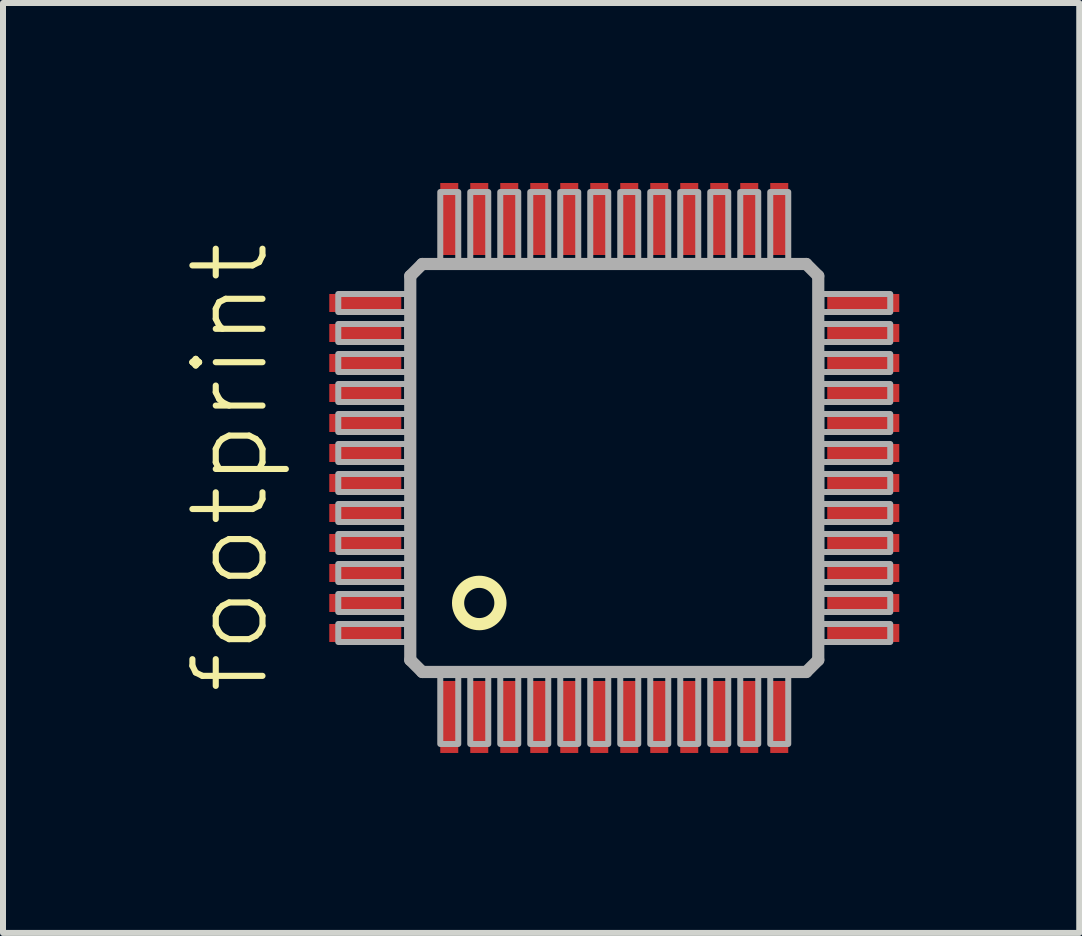
<source format=kicad_pcb>
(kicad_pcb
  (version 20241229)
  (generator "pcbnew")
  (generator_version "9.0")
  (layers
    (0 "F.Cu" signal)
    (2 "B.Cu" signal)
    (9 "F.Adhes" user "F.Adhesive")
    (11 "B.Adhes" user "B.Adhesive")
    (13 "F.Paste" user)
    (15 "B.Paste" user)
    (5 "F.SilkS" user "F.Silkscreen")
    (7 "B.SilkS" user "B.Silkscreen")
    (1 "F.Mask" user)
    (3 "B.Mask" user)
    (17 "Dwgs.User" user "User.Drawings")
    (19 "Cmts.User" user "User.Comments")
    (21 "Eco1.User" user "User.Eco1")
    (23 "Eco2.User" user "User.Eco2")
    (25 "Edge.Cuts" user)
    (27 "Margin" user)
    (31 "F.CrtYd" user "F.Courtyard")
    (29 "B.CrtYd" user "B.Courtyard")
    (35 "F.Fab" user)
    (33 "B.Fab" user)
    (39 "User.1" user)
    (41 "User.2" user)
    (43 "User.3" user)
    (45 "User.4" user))
  (footprint "footprint"
    (layer "F.Cu")
    (at 7.188 4.75)
    (property "Reference" "footprint" (at -5.715 3.81 90) (layer "F.SilkS") (effects (font (size 1.168 1.168) (thickness 0.102)) (justify left bottom)))
    (fp_circle (center -2.25 2.25) (end -1.897 2.25) (stroke (width 0.203) (type solid)) (fill no) (layer "F.SilkS"))
    (fp_line (start -3.4 -3.2) (end -3.4 3.2) (stroke (width 0.203) (type solid)) (layer "F.Fab"))
    (fp_line (start -3.4 3.2) (end -3.2 3.4) (stroke (width 0.203) (type solid)) (layer "F.Fab"))
    (fp_line (start -3.2 -3.4) (end -3.4 -3.2) (stroke (width 0.203) (type solid)) (layer "F.Fab"))
    (fp_line (start -3.2 3.4) (end 3.2 3.4) (stroke (width 0.203) (type solid)) (layer "F.Fab"))
    (fp_line (start 3.2 -3.4) (end -3.2 -3.4) (stroke (width 0.203) (type solid)) (layer "F.Fab"))
    (fp_line (start 3.2 3.4) (end 3.4 3.2) (stroke (width 0.203) (type solid)) (layer "F.Fab"))
    (fp_line (start 3.4 -3.2) (end 3.2 -3.4) (stroke (width 0.203) (type solid)) (layer "F.Fab"))
    (fp_line (start 3.4 3.2) (end 3.4 -3.2) (stroke (width 0.203) (type solid)) (layer "F.Fab"))
    (fp_poly (pts (xy -4.6 -2.6) (xy -3.45 -2.6) (xy -3.45 -2.9) (xy -4.6 -2.9)) (stroke (width 0.1) (type solid)) (fill no) (layer "F.Fab"))
    (fp_poly (pts (xy -4.6 -2.1) (xy -3.45 -2.1) (xy -3.45 -2.4) (xy -4.6 -2.4)) (stroke (width 0.1) (type solid)) (fill no) (layer "F.Fab"))
    (fp_poly (pts (xy -4.6 -1.6) (xy -3.45 -1.6) (xy -3.45 -1.9) (xy -4.6 -1.9)) (stroke (width 0.1) (type solid)) (fill no) (layer "F.Fab"))
    (fp_poly (pts (xy -4.6 -1.1) (xy -3.45 -1.1) (xy -3.45 -1.4) (xy -4.6 -1.4)) (stroke (width 0.1) (type solid)) (fill no) (layer "F.Fab"))
    (fp_poly (pts (xy -4.6 -0.6) (xy -3.45 -0.6) (xy -3.45 -0.9) (xy -4.6 -0.9)) (stroke (width 0.1) (type solid)) (fill no) (layer "F.Fab"))
    (fp_poly (pts (xy -4.6 -0.1) (xy -3.45 -0.1) (xy -3.45 -0.4) (xy -4.6 -0.4)) (stroke (width 0.1) (type solid)) (fill no) (layer "F.Fab"))
    (fp_poly (pts (xy -4.6 0.4) (xy -3.45 0.4) (xy -3.45 0.1) (xy -4.6 0.1)) (stroke (width 0.1) (type solid)) (fill no) (layer "F.Fab"))
    (fp_poly (pts (xy -4.6 0.9) (xy -3.45 0.9) (xy -3.45 0.6) (xy -4.6 0.6)) (stroke (width 0.1) (type solid)) (fill no) (layer "F.Fab"))
    (fp_poly (pts (xy -4.6 1.4) (xy -3.45 1.4) (xy -3.45 1.1) (xy -4.6 1.1)) (stroke (width 0.1) (type solid)) (fill no) (layer "F.Fab"))
    (fp_poly (pts (xy -4.6 1.9) (xy -3.45 1.9) (xy -3.45 1.6) (xy -4.6 1.6)) (stroke (width 0.1) (type solid)) (fill no) (layer "F.Fab"))
    (fp_poly (pts (xy -4.6 2.4) (xy -3.45 2.4) (xy -3.45 2.1) (xy -4.6 2.1)) (stroke (width 0.1) (type solid)) (fill no) (layer "F.Fab"))
    (fp_poly (pts (xy -4.6 2.9) (xy -3.45 2.9) (xy -3.45 2.6) (xy -4.6 2.6)) (stroke (width 0.1) (type solid)) (fill no) (layer "F.Fab"))
    (fp_poly (pts (xy -2.9 -3.45) (xy -2.6 -3.45) (xy -2.6 -4.6) (xy -2.9 -4.6)) (stroke (width 0.1) (type solid)) (fill no) (layer "F.Fab"))
    (fp_poly (pts (xy -2.9 4.6) (xy -2.6 4.6) (xy -2.6 3.45) (xy -2.9 3.45)) (stroke (width 0.1) (type solid)) (fill no) (layer "F.Fab"))
    (fp_poly (pts (xy -2.4 -3.45) (xy -2.1 -3.45) (xy -2.1 -4.6) (xy -2.4 -4.6)) (stroke (width 0.1) (type solid)) (fill no) (layer "F.Fab"))
    (fp_poly (pts (xy -2.4 4.6) (xy -2.1 4.6) (xy -2.1 3.45) (xy -2.4 3.45)) (stroke (width 0.1) (type solid)) (fill no) (layer "F.Fab"))
    (fp_poly (pts (xy -1.9 -3.45) (xy -1.6 -3.45) (xy -1.6 -4.6) (xy -1.9 -4.6)) (stroke (width 0.1) (type solid)) (fill no) (layer "F.Fab"))
    (fp_poly (pts (xy -1.9 4.6) (xy -1.6 4.6) (xy -1.6 3.45) (xy -1.9 3.45)) (stroke (width 0.1) (type solid)) (fill no) (layer "F.Fab"))
    (fp_poly (pts (xy -1.4 -3.45) (xy -1.1 -3.45) (xy -1.1 -4.6) (xy -1.4 -4.6)) (stroke (width 0.1) (type solid)) (fill no) (layer "F.Fab"))
    (fp_poly (pts (xy -1.4 4.6) (xy -1.1 4.6) (xy -1.1 3.45) (xy -1.4 3.45)) (stroke (width 0.1) (type solid)) (fill no) (layer "F.Fab"))
    (fp_poly (pts (xy -0.9 -3.45) (xy -0.6 -3.45) (xy -0.6 -4.6) (xy -0.9 -4.6)) (stroke (width 0.1) (type solid)) (fill no) (layer "F.Fab"))
    (fp_poly (pts (xy -0.9 4.6) (xy -0.6 4.6) (xy -0.6 3.45) (xy -0.9 3.45)) (stroke (width 0.1) (type solid)) (fill no) (layer "F.Fab"))
    (fp_poly (pts (xy -0.4 -3.45) (xy -0.1 -3.45) (xy -0.1 -4.6) (xy -0.4 -4.6)) (stroke (width 0.1) (type solid)) (fill no) (layer "F.Fab"))
    (fp_poly (pts (xy -0.4 4.6) (xy -0.1 4.6) (xy -0.1 3.45) (xy -0.4 3.45)) (stroke (width 0.1) (type solid)) (fill no) (layer "F.Fab"))
    (fp_poly (pts (xy 0.1 -3.45) (xy 0.4 -3.45) (xy 0.4 -4.6) (xy 0.1 -4.6)) (stroke (width 0.1) (type solid)) (fill no) (layer "F.Fab"))
    (fp_poly (pts (xy 0.1 4.6) (xy 0.4 4.6) (xy 0.4 3.45) (xy 0.1 3.45)) (stroke (width 0.1) (type solid)) (fill no) (layer "F.Fab"))
    (fp_poly (pts (xy 0.6 -3.45) (xy 0.9 -3.45) (xy 0.9 -4.6) (xy 0.6 -4.6)) (stroke (width 0.1) (type solid)) (fill no) (layer "F.Fab"))
    (fp_poly (pts (xy 0.6 4.6) (xy 0.9 4.6) (xy 0.9 3.45) (xy 0.6 3.45)) (stroke (width 0.1) (type solid)) (fill no) (layer "F.Fab"))
    (fp_poly (pts (xy 1.1 -3.45) (xy 1.4 -3.45) (xy 1.4 -4.6) (xy 1.1 -4.6)) (stroke (width 0.1) (type solid)) (fill no) (layer "F.Fab"))
    (fp_poly (pts (xy 1.1 4.6) (xy 1.4 4.6) (xy 1.4 3.45) (xy 1.1 3.45)) (stroke (width 0.1) (type solid)) (fill no) (layer "F.Fab"))
    (fp_poly (pts (xy 1.6 -3.45) (xy 1.9 -3.45) (xy 1.9 -4.6) (xy 1.6 -4.6)) (stroke (width 0.1) (type solid)) (fill no) (layer "F.Fab"))
    (fp_poly (pts (xy 1.6 4.6) (xy 1.9 4.6) (xy 1.9 3.45) (xy 1.6 3.45)) (stroke (width 0.1) (type solid)) (fill no) (layer "F.Fab"))
    (fp_poly (pts (xy 2.1 -3.45) (xy 2.4 -3.45) (xy 2.4 -4.6) (xy 2.1 -4.6)) (stroke (width 0.1) (type solid)) (fill no) (layer "F.Fab"))
    (fp_poly (pts (xy 2.1 4.6) (xy 2.4 4.6) (xy 2.4 3.45) (xy 2.1 3.45)) (stroke (width 0.1) (type solid)) (fill no) (layer "F.Fab"))
    (fp_poly (pts (xy 2.6 -3.45) (xy 2.9 -3.45) (xy 2.9 -4.6) (xy 2.6 -4.6)) (stroke (width 0.1) (type solid)) (fill no) (layer "F.Fab"))
    (fp_poly (pts (xy 2.6 4.6) (xy 2.9 4.6) (xy 2.9 3.45) (xy 2.6 3.45)) (stroke (width 0.1) (type solid)) (fill no) (layer "F.Fab"))
    (fp_poly (pts (xy 3.45 -2.6) (xy 4.6 -2.6) (xy 4.6 -2.9) (xy 3.45 -2.9)) (stroke (width 0.1) (type solid)) (fill no) (layer "F.Fab"))
    (fp_poly (pts (xy 3.45 -2.1) (xy 4.6 -2.1) (xy 4.6 -2.4) (xy 3.45 -2.4)) (stroke (width 0.1) (type solid)) (fill no) (layer "F.Fab"))
    (fp_poly (pts (xy 3.45 -1.6) (xy 4.6 -1.6) (xy 4.6 -1.9) (xy 3.45 -1.9)) (stroke (width 0.1) (type solid)) (fill no) (layer "F.Fab"))
    (fp_poly (pts (xy 3.45 -1.1) (xy 4.6 -1.1) (xy 4.6 -1.4) (xy 3.45 -1.4)) (stroke (width 0.1) (type solid)) (fill no) (layer "F.Fab"))
    (fp_poly (pts (xy 3.45 -0.6) (xy 4.6 -0.6) (xy 4.6 -0.9) (xy 3.45 -0.9)) (stroke (width 0.1) (type solid)) (fill no) (layer "F.Fab"))
    (fp_poly (pts (xy 3.45 -0.1) (xy 4.6 -0.1) (xy 4.6 -0.4) (xy 3.45 -0.4)) (stroke (width 0.1) (type solid)) (fill no) (layer "F.Fab"))
    (fp_poly (pts (xy 3.45 0.4) (xy 4.6 0.4) (xy 4.6 0.1) (xy 3.45 0.1)) (stroke (width 0.1) (type solid)) (fill no) (layer "F.Fab"))
    (fp_poly (pts (xy 3.45 0.9) (xy 4.6 0.9) (xy 4.6 0.6) (xy 3.45 0.6)) (stroke (width 0.1) (type solid)) (fill no) (layer "F.Fab"))
    (fp_poly (pts (xy 3.45 1.4) (xy 4.6 1.4) (xy 4.6 1.1) (xy 3.45 1.1)) (stroke (width 0.1) (type solid)) (fill no) (layer "F.Fab"))
    (fp_poly (pts (xy 3.45 1.9) (xy 4.6 1.9) (xy 4.6 1.6) (xy 3.45 1.6)) (stroke (width 0.1) (type solid)) (fill no) (layer "F.Fab"))
    (fp_poly (pts (xy 3.45 2.4) (xy 4.6 2.4) (xy 4.6 2.1) (xy 3.45 2.1)) (stroke (width 0.1) (type solid)) (fill no) (layer "F.Fab"))
    (fp_poly (pts (xy 3.45 2.9) (xy 4.6 2.9) (xy 4.6 2.6) (xy 3.45 2.6)) (stroke (width 0.1) (type solid)) (fill no) (layer "F.Fab"))
    (pad "1" smd rect (at -2.75 4.15) (size 0.3 1.2) (layers "F.Cu" "F.Mask" "F.Paste"))
    (pad "2" smd rect (at -2.25 4.15) (size 0.3 1.2) (layers "F.Cu" "F.Mask" "F.Paste"))
    (pad "3" smd rect (at -1.75 4.15) (size 0.3 1.2) (layers "F.Cu" "F.Mask" "F.Paste"))
    (pad "4" smd rect (at -1.25 4.15) (size 0.3 1.2) (layers "F.Cu" "F.Mask" "F.Paste"))
    (pad "5" smd rect (at -0.75 4.15) (size 0.3 1.2) (layers "F.Cu" "F.Mask" "F.Paste"))
    (pad "6" smd rect (at -0.25 4.15) (size 0.3 1.2) (layers "F.Cu" "F.Mask" "F.Paste"))
    (pad "7" smd rect (at 0.25 4.15) (size 0.3 1.2) (layers "F.Cu" "F.Mask" "F.Paste"))
    (pad "8" smd rect (at 0.75 4.15) (size 0.3 1.2) (layers "F.Cu" "F.Mask" "F.Paste"))
    (pad "9" smd rect (at 1.25 4.15) (size 0.3 1.2) (layers "F.Cu" "F.Mask" "F.Paste"))
    (pad "10" smd rect (at 1.75 4.15) (size 0.3 1.2) (layers "F.Cu" "F.Mask" "F.Paste"))
    (pad "11" smd rect (at 2.25 4.15) (size 0.3 1.2) (layers "F.Cu" "F.Mask" "F.Paste"))
    (pad "12" smd rect (at 2.75 4.15) (size 0.3 1.2) (layers "F.Cu" "F.Mask" "F.Paste"))
    (pad "13" smd rect (at 4.15 2.75) (size 1.2 0.3) (layers "F.Cu" "F.Mask" "F.Paste"))
    (pad "14" smd rect (at 4.15 2.25) (size 1.2 0.3) (layers "F.Cu" "F.Mask" "F.Paste"))
    (pad "15" smd rect (at 4.15 1.75) (size 1.2 0.3) (layers "F.Cu" "F.Mask" "F.Paste"))
    (pad "16" smd rect (at 4.15 1.25) (size 1.2 0.3) (layers "F.Cu" "F.Mask" "F.Paste"))
    (pad "17" smd rect (at 4.15 0.75) (size 1.2 0.3) (layers "F.Cu" "F.Mask" "F.Paste"))
    (pad "18" smd rect (at 4.15 0.25) (size 1.2 0.3) (layers "F.Cu" "F.Mask" "F.Paste"))
    (pad "19" smd rect (at 4.15 -0.25) (size 1.2 0.3) (layers "F.Cu" "F.Mask" "F.Paste"))
    (pad "20" smd rect (at 4.15 -0.75) (size 1.2 0.3) (layers "F.Cu" "F.Mask" "F.Paste"))
    (pad "21" smd rect (at 4.15 -1.25) (size 1.2 0.3) (layers "F.Cu" "F.Mask" "F.Paste"))
    (pad "22" smd rect (at 4.15 -1.75) (size 1.2 0.3) (layers "F.Cu" "F.Mask" "F.Paste"))
    (pad "23" smd rect (at 4.15 -2.25) (size 1.2 0.3) (layers "F.Cu" "F.Mask" "F.Paste"))
    (pad "24" smd rect (at 4.15 -2.75) (size 1.2 0.3) (layers "F.Cu" "F.Mask" "F.Paste"))
    (pad "25" smd rect (at 2.75 -4.15) (size 0.3 1.2) (layers "F.Cu" "F.Mask" "F.Paste"))
    (pad "26" smd rect (at 2.25 -4.15) (size 0.3 1.2) (layers "F.Cu" "F.Mask" "F.Paste"))
    (pad "27" smd rect (at 1.75 -4.15) (size 0.3 1.2) (layers "F.Cu" "F.Mask" "F.Paste"))
    (pad "28" smd rect (at 1.25 -4.15) (size 0.3 1.2) (layers "F.Cu" "F.Mask" "F.Paste"))
    (pad "29" smd rect (at 0.75 -4.15) (size 0.3 1.2) (layers "F.Cu" "F.Mask" "F.Paste"))
    (pad "30" smd rect (at 0.25 -4.15) (size 0.3 1.2) (layers "F.Cu" "F.Mask" "F.Paste"))
    (pad "31" smd rect (at -0.25 -4.15) (size 0.3 1.2) (layers "F.Cu" "F.Mask" "F.Paste"))
    (pad "32" smd rect (at -0.75 -4.15) (size 0.3 1.2) (layers "F.Cu" "F.Mask" "F.Paste"))
    (pad "33" smd rect (at -1.25 -4.15) (size 0.3 1.2) (layers "F.Cu" "F.Mask" "F.Paste"))
    (pad "34" smd rect (at -1.75 -4.15) (size 0.3 1.2) (layers "F.Cu" "F.Mask" "F.Paste"))
    (pad "35" smd rect (at -2.25 -4.15) (size 0.3 1.2) (layers "F.Cu" "F.Mask" "F.Paste"))
    (pad "36" smd rect (at -2.75 -4.15) (size 0.3 1.2) (layers "F.Cu" "F.Mask" "F.Paste"))
    (pad "37" smd rect (at -4.15 -2.75) (size 1.2 0.3) (layers "F.Cu" "F.Mask" "F.Paste"))
    (pad "38" smd rect (at -4.15 -2.25) (size 1.2 0.3) (layers "F.Cu" "F.Mask" "F.Paste"))
    (pad "39" smd rect (at -4.15 -1.75) (size 1.2 0.3) (layers "F.Cu" "F.Mask" "F.Paste"))
    (pad "40" smd rect (at -4.15 -1.25) (size 1.2 0.3) (layers "F.Cu" "F.Mask" "F.Paste"))
    (pad "41" smd rect (at -4.15 -0.75) (size 1.2 0.3) (layers "F.Cu" "F.Mask" "F.Paste"))
    (pad "42" smd rect (at -4.15 -0.25) (size 1.2 0.3) (layers "F.Cu" "F.Mask" "F.Paste"))
    (pad "43" smd rect (at -4.15 0.25) (size 1.2 0.3) (layers "F.Cu" "F.Mask" "F.Paste"))
    (pad "44" smd rect (at -4.15 0.75) (size 1.2 0.3) (layers "F.Cu" "F.Mask" "F.Paste"))
    (pad "45" smd rect (at -4.15 1.25) (size 1.2 0.3) (layers "F.Cu" "F.Mask" "F.Paste"))
    (pad "46" smd rect (at -4.15 1.75) (size 1.2 0.3) (layers "F.Cu" "F.Mask" "F.Paste"))
    (pad "47" smd rect (at -4.15 2.25) (size 1.2 0.3) (layers "F.Cu" "F.Mask" "F.Paste"))
    (pad "48" smd rect (at -4.15 2.75) (size 1.2 0.3) (layers "F.Cu" "F.Mask" "F.Paste")))
  (gr_rect
    (start -3 -3)
    (end 14.938 12.5)
    (stroke (width 0.1) (type default))
    (fill no)
    (layer "Edge.Cuts")))
</source>
